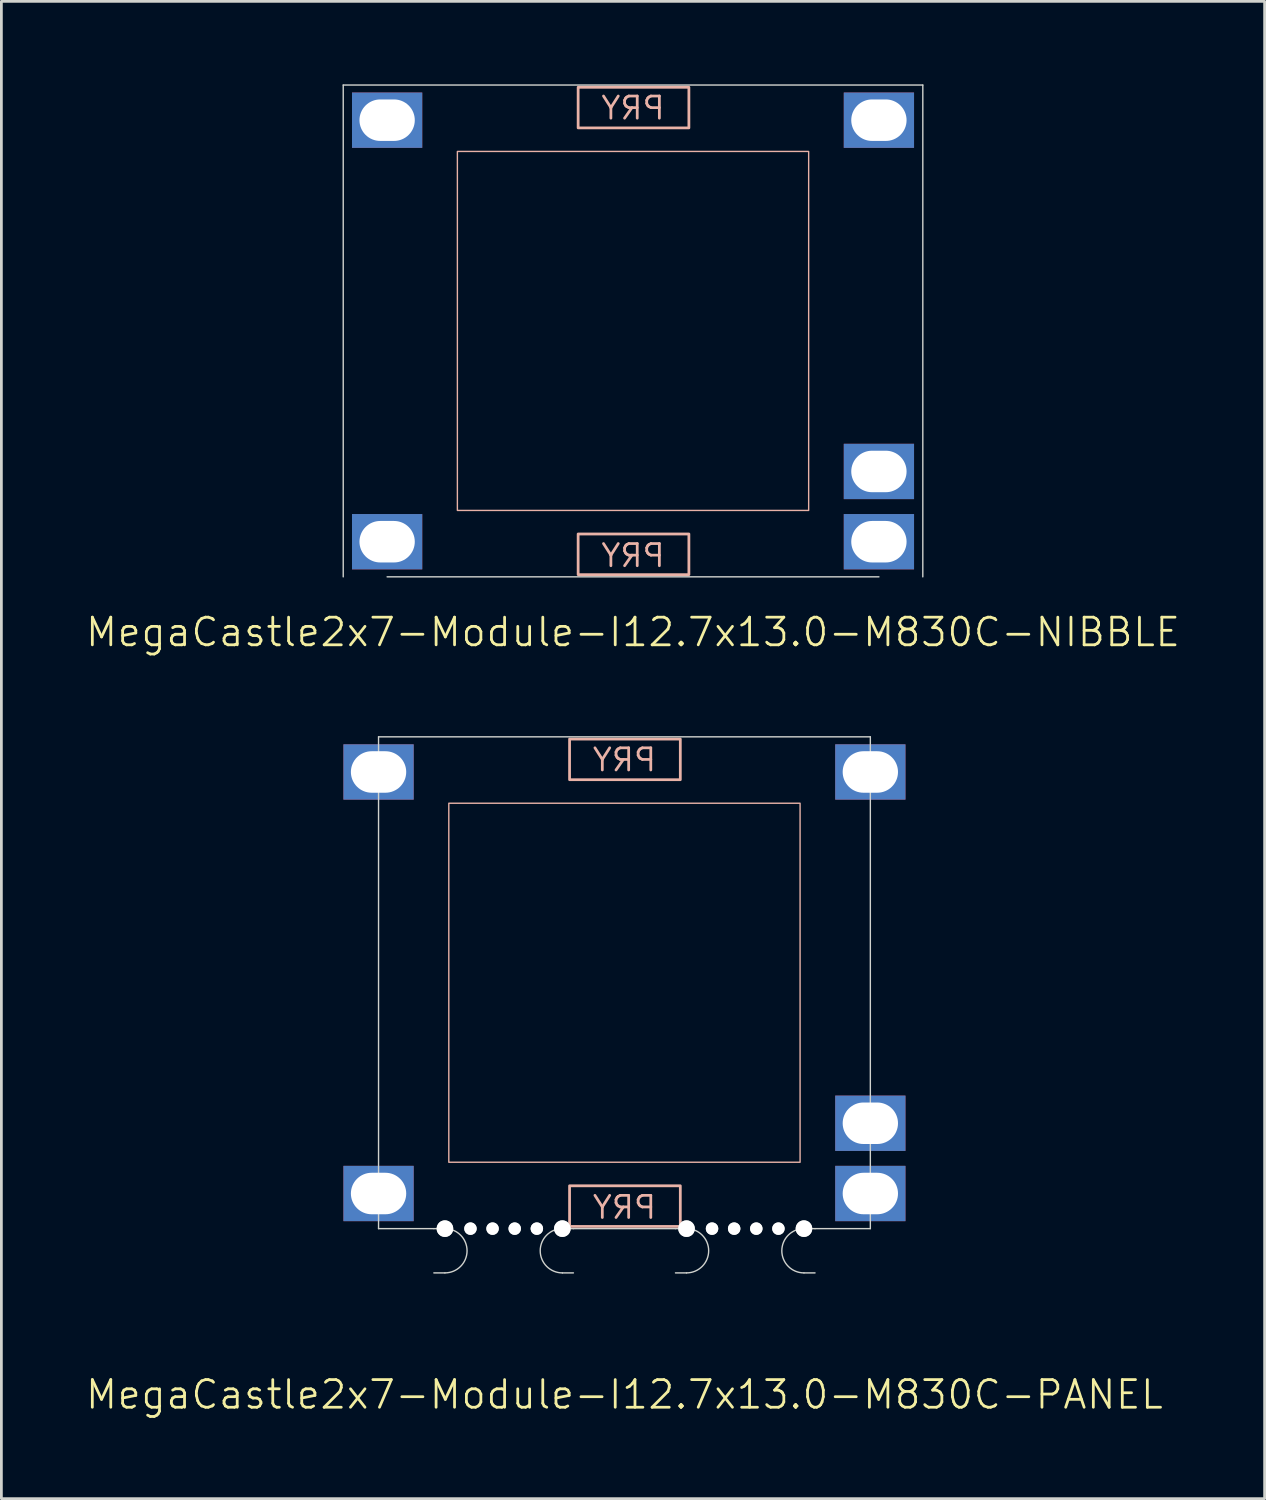
<source format=kicad_pcb>
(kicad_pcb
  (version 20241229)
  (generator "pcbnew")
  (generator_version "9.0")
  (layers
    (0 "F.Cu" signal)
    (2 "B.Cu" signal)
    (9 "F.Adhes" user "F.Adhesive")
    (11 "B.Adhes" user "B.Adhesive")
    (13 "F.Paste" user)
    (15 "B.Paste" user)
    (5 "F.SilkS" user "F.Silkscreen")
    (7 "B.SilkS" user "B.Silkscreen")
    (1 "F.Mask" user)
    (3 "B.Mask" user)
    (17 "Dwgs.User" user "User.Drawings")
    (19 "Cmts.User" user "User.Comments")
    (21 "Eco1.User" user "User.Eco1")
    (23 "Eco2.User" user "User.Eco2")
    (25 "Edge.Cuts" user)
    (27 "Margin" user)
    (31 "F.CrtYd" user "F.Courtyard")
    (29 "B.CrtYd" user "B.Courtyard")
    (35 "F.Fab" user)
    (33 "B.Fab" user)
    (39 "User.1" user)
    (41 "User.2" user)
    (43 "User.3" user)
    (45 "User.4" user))
  (footprint "MegaCastle2x7-Module-I12.7x13.0-M830C-NIBBLE"
    (layer "F.Cu")
    (at 19.836 8.915)
    (property "Reference" "MegaCastle2x7-Module-I12.7x13.0-M830C-NIBBLE" (at 0 10.89 0) (unlocked yes) (layer "F.SilkS") (effects (font (size 1 1) (thickness 0.1))))
    (attr smd)
    (fp_rect (start -6.35 6.49) (end 6.35 -6.49) (stroke (width 0.05) (type default)) (fill no) (layer "B.SilkS"))
    (fp_rect (start -1.984 -7.341) (end 2.02 -8.81) (stroke (width 0.1) (type default)) (fill no) (layer "B.SilkS"))
    (fp_rect (start -1.984 7.341) (end 2.02 8.81) (stroke (width 0.1) (type default)) (fill no) (layer "B.SilkS"))
    (fp_line (start -10.477 -8.89) (end -10.477 8.89) (stroke (width 0.05) (type default)) (layer "Edge.Cuts"))
    (fp_line (start -10.477 -8.89) (end 10.477 -8.89) (stroke (width 0.05) (type default)) (layer "Edge.Cuts"))
    (fp_line (start -8.89 8.89) (end 8.89 8.89) (stroke (width 0.05) (type default)) (layer "Edge.Cuts"))
    (fp_line (start 10.477 -8.89) (end 10.477 8.89) (stroke (width 0.05) (type default)) (layer "Edge.Cuts"))
    (fp_text user "PRY" (at 0 -7.59 0) (unlocked yes) (layer "B.SilkS") (effects (font (size 0.8 0.8) (thickness 0.1)) (justify bottom mirror)))
    (fp_text user "PRY" (at 0 8.59 0) (unlocked yes) (layer "B.SilkS") (effects (font (size 0.8 0.8) (thickness 0.1)) (justify bottom mirror)))
    (pad "1" thru_hole rect (at -8.89 -7.62) (size 2.54 2) (drill oval 2 1.5) (property pad_prop_castellated) (layers "*.Cu" "*.Mask"))
    (pad "7" thru_hole rect (at -8.89 7.62) (size 2.54 2) (drill oval 2 1.5) (property pad_prop_castellated) (layers "*.Cu" "*.Mask"))
    (pad "8" thru_hole rect (at 8.89 -7.62) (size 2.54 2) (drill oval 2 1.5) (property pad_prop_castellated) (layers "*.Cu" "*.Mask"))
    (pad "13" thru_hole rect (at 8.89 5.08) (size 2.54 2) (drill oval 2 1.5) (property pad_prop_castellated) (layers "*.Cu" "*.Mask"))
    (pad "14" thru_hole rect (at 8.89 7.62) (size 2.54 2) (drill oval 2 1.5) (property pad_prop_castellated) (layers "*.Cu" "*.Mask"))
    (zone (net_name "") (layer "B.Cu") (hatch edge 0.5) (connect_pads) (min_thickness 0.25) (filled_areas_thickness no) (keepout (tracks allowed) (vias allowed) (pads allowed) (copperpour allowed) (footprints not_allowed)) (placement (enabled no)) (fill) (polygon (pts (xy 10.946 17.805) (xy 10.946 0.025) (xy 13.486 0.025) (xy 13.486 17.805))))
    (zone (net_name "") (layer "B.Cu") (hatch edge 0.5) (connect_pads) (min_thickness 0.25) (filled_areas_thickness no) (keepout (tracks allowed) (vias allowed) (pads allowed) (copperpour allowed) (footprints not_allowed)) (placement (enabled no)) (fill) (polygon (pts (xy 13.486 0.025) (xy 13.486 2.425) (xy 26.186 2.425) (xy 26.186 0.025))))
    (zone (net_name "") (layer "B.Cu") (hatch edge 0.5) (connect_pads) (min_thickness 0.25) (filled_areas_thickness no) (keepout (tracks allowed) (vias allowed) (pads allowed) (copperpour allowed) (footprints not_allowed)) (placement (enabled no)) (fill) (polygon (pts (xy 13.486 17.805) (xy 13.486 15.405) (xy 26.186 15.405) (xy 26.186 17.805))))
    (zone (net_name "") (layer "B.Cu") (name "Upper Pry Zone") (hatch edge 0.5) (connect_pads) (min_thickness 0.25) (filled_areas_thickness no) (keepout (tracks not_allowed) (vias not_allowed) (pads not_allowed) (copperpour allowed) (footprints not_allowed)) (placement (enabled no)) (fill) (polygon (pts (xy 17.851 1.574) (xy 17.851 0.105) (xy 21.855 0.105) (xy 21.855 1.574))))
    (zone (net_name "") (layer "B.Cu") (name "Upper Pry Zone") (hatch edge 0.5) (connect_pads) (min_thickness 0.25) (filled_areas_thickness no) (keepout (tracks not_allowed) (vias not_allowed) (pads not_allowed) (copperpour allowed) (footprints not_allowed)) (placement (enabled no)) (fill) (polygon (pts (xy 17.851 16.256) (xy 17.851 17.725) (xy 21.855 17.725) (xy 21.855 16.256))))
    (zone (net_name "") (layer "B.Cu") (hatch edge 0.5) (connect_pads) (min_thickness 0.25) (filled_areas_thickness no) (keepout (tracks allowed) (vias allowed) (pads allowed) (copperpour allowed) (footprints not_allowed)) (placement (enabled no)) (fill) (polygon (pts (xy 28.726 17.805) (xy 28.726 0.025) (xy 26.186 0.025) (xy 26.186 17.805)))))
  (footprint "MegaCastle2x7-Module-I12.7x13.0-M830C-PANEL"
    (layer "F.Cu")
    (at 19.526 32.48)
    (property "Reference" "MegaCastle2x7-Module-I12.7x13.0-M830C-PANEL" (at 0 14.89 0) (unlocked yes) (layer "F.SilkS") (effects (font (size 1 1) (thickness 0.1))))
    (attr smd)
    (fp_rect (start -6.35 6.49) (end 6.35 -6.49) (stroke (width 0.05) (type default)) (fill no) (layer "B.SilkS"))
    (fp_rect (start -1.984 -7.341) (end 2.02 -8.81) (stroke (width 0.1) (type default)) (fill no) (layer "B.SilkS"))
    (fp_rect (start -1.984 7.341) (end 2.02 8.81) (stroke (width 0.1) (type default)) (fill no) (layer "B.SilkS"))
    (fp_line (start -8.89 -8.89) (end -8.89 8.89) (stroke (width 0.05) (type default)) (layer "Edge.Cuts"))
    (fp_line (start -8.89 -8.89) (end 8.89 -8.89) (stroke (width 0.05) (type default)) (layer "Edge.Cuts"))
    (fp_line (start -8.89 8.89) (end -6.89 8.89) (stroke (width 0.05) (type default)) (layer "Edge.Cuts"))
    (fp_line (start -6.89 8.89) (end -6.49 8.89) (stroke (width 0.05) (type default)) (layer "Edge.Cuts"))
    (fp_line (start -6.89 10.49) (end -6.49 10.49) (stroke (width 0.05) (type default)) (layer "Edge.Cuts"))
    (fp_line (start -1.845 8.89) (end -2.245 8.89) (stroke (width 0.05) (type default)) (layer "Edge.Cuts"))
    (fp_line (start -1.845 8.89) (end 1.845 8.89) (stroke (width 0.05) (type default)) (layer "Edge.Cuts"))
    (fp_line (start -1.845 10.49) (end -2.245 10.49) (stroke (width 0.05) (type default)) (layer "Edge.Cuts"))
    (fp_line (start 1.845 8.89) (end 2.245 8.89) (stroke (width 0.05) (type default)) (layer "Edge.Cuts"))
    (fp_line (start 1.845 10.49) (end 2.245 10.49) (stroke (width 0.05) (type default)) (layer "Edge.Cuts"))
    (fp_line (start 6.89 8.89) (end 6.49 8.89) (stroke (width 0.05) (type default)) (layer "Edge.Cuts"))
    (fp_line (start 6.89 8.89) (end 8.89 8.89) (stroke (width 0.05) (type default)) (layer "Edge.Cuts"))
    (fp_line (start 6.89 10.49) (end 6.49 10.49) (stroke (width 0.05) (type default)) (layer "Edge.Cuts"))
    (fp_line (start 8.89 -8.89) (end 8.89 8.89) (stroke (width 0.05) (type default)) (layer "Edge.Cuts"))
    (fp_arc (start -6.49 8.89) (mid -5.69 9.69) (end -6.49 10.49) (stroke (width 0.05) (type default)) (layer "Edge.Cuts"))
    (fp_arc (start -2.245 10.49) (mid -3.045 9.69) (end -2.245 8.89) (stroke (width 0.05) (type default)) (layer "Edge.Cuts"))
    (fp_arc (start 2.245 8.89) (mid 3.045 9.69) (end 2.245 10.49) (stroke (width 0.05) (type default)) (layer "Edge.Cuts"))
    (fp_arc (start 6.49 10.49) (mid 5.69 9.69) (end 6.49 8.89) (stroke (width 0.05) (type default)) (layer "Edge.Cuts"))
    (fp_text user "PRY" (at 0 -7.59 0) (unlocked yes) (layer "B.SilkS") (effects (font (size 0.8 0.8) (thickness 0.1)) (justify bottom mirror)))
    (fp_text user "PRY" (at 0 8.59 0) (unlocked yes) (layer "B.SilkS") (effects (font (size 0.8 0.8) (thickness 0.1)) (justify bottom mirror)))
    (pad "" np_thru_hole circle (at -6.49 8.89) (size 0.6 0.6) (drill 0.6) (layers "*.Cu" "Edge.Cuts"))
    (pad "" np_thru_hole circle (at -5.567 8.89) (size 0.45 0.45) (drill 0.45) (layers "*.Cu" "Edge.Cuts"))
    (pad "" np_thru_hole circle (at -4.768 8.89) (size 0.45 0.45) (drill 0.45) (layers "*.Cu" "Edge.Cuts"))
    (pad "" np_thru_hole circle (at -3.967 8.89) (size 0.45 0.45) (drill 0.45) (layers "*.Cu" "Edge.Cuts"))
    (pad "" np_thru_hole circle (at -3.167 8.89) (size 0.45 0.45) (drill 0.45) (layers "*.Cu" "Edge.Cuts"))
    (pad "" np_thru_hole circle (at -2.245 8.89) (size 0.6 0.6) (drill 0.6) (layers "*.Cu" "Edge.Cuts"))
    (pad "" np_thru_hole circle (at 2.245 8.89) (size 0.6 0.6) (drill 0.6) (layers "*.Cu" "Edge.Cuts"))
    (pad "" np_thru_hole circle (at 3.167 8.89) (size 0.45 0.45) (drill 0.45) (layers "*.Cu" "Edge.Cuts"))
    (pad "" np_thru_hole circle (at 3.967 8.89) (size 0.45 0.45) (drill 0.45) (layers "*.Cu" "Edge.Cuts"))
    (pad "" np_thru_hole circle (at 4.767 8.89) (size 0.45 0.45) (drill 0.45) (layers "*.Cu" "Edge.Cuts"))
    (pad "" np_thru_hole circle (at 5.567 8.89) (size 0.45 0.45) (drill 0.45) (layers "*.Cu" "Edge.Cuts"))
    (pad "" np_thru_hole circle (at 6.49 8.89) (size 0.6 0.6) (drill 0.6) (layers "*.Cu" "Edge.Cuts"))
    (pad "1" thru_hole rect (at -8.89 -7.62) (size 2.54 2) (drill oval 2 1.5) (property pad_prop_castellated) (layers "*.Cu" "*.Mask"))
    (pad "7" thru_hole rect (at -8.89 7.62) (size 2.54 2) (drill oval 2 1.5) (property pad_prop_castellated) (layers "*.Cu" "*.Mask"))
    (pad "8" thru_hole rect (at 8.89 -7.62) (size 2.54 2) (drill oval 2 1.5) (property pad_prop_castellated) (layers "*.Cu" "*.Mask"))
    (pad "13" thru_hole rect (at 8.89 5.08) (size 2.54 2) (drill oval 2 1.5) (property pad_prop_castellated) (layers "*.Cu" "*.Mask"))
    (pad "14" thru_hole rect (at 8.89 7.62) (size 2.54 2) (drill oval 2 1.5) (property pad_prop_castellated) (layers "*.Cu" "*.Mask"))
    (zone (net_name "") (layer "B.Cu") (hatch edge 0.5) (connect_pads) (min_thickness 0.25) (filled_areas_thickness no) (keepout (tracks allowed) (vias allowed) (pads allowed) (copperpour allowed) (footprints not_allowed)) (placement (enabled no)) (fill) (polygon (pts (xy 10.636 41.37) (xy 10.636 23.59) (xy 13.176 23.59) (xy 13.176 41.37))))
    (zone (net_name "") (layer "B.Cu") (hatch edge 0.5) (connect_pads) (min_thickness 0.25) (filled_areas_thickness no) (keepout (tracks allowed) (vias allowed) (pads allowed) (copperpour allowed) (footprints not_allowed)) (placement (enabled no)) (fill) (polygon (pts (xy 13.176 23.59) (xy 13.176 25.991) (xy 25.876 25.991) (xy 25.876 23.59))))
    (zone (net_name "") (layer "B.Cu") (hatch edge 0.5) (connect_pads) (min_thickness 0.25) (filled_areas_thickness no) (keepout (tracks allowed) (vias allowed) (pads allowed) (copperpour allowed) (footprints not_allowed)) (placement (enabled no)) (fill) (polygon (pts (xy 13.176 41.37) (xy 13.176 38.971) (xy 25.876 38.971) (xy 25.876 41.37))))
    (zone (net_name "") (layer "B.Cu") (name "Upper Pry Zone") (hatch edge 0.5) (connect_pads) (min_thickness 0.25) (filled_areas_thickness no) (keepout (tracks not_allowed) (vias not_allowed) (pads not_allowed) (copperpour allowed) (footprints not_allowed)) (placement (enabled no)) (fill) (polygon (pts (xy 17.542 25.139) (xy 17.542 23.671) (xy 21.546 23.671) (xy 21.546 25.139))))
    (zone (net_name "") (layer "B.Cu") (name "Upper Pry Zone") (hatch edge 0.5) (connect_pads) (min_thickness 0.25) (filled_areas_thickness no) (keepout (tracks not_allowed) (vias not_allowed) (pads not_allowed) (copperpour allowed) (footprints not_allowed)) (placement (enabled no)) (fill) (polygon (pts (xy 17.542 39.822) (xy 17.542 41.291) (xy 21.546 41.291) (xy 21.546 39.822))))
    (zone (net_name "") (layer "B.Cu") (hatch edge 0.5) (connect_pads) (min_thickness 0.25) (filled_areas_thickness no) (keepout (tracks allowed) (vias allowed) (pads allowed) (copperpour allowed) (footprints not_allowed)) (placement (enabled no)) (fill) (polygon (pts (xy 28.416 41.37) (xy 28.416 23.59) (xy 25.876 23.59) (xy 25.876 41.37)))))
  (gr_rect
    (start -3 -3)
    (end 42.671 51.131)
    (stroke (width 0.1) (type default))
    (fill no)
    (layer "Edge.Cuts")))
</source>
